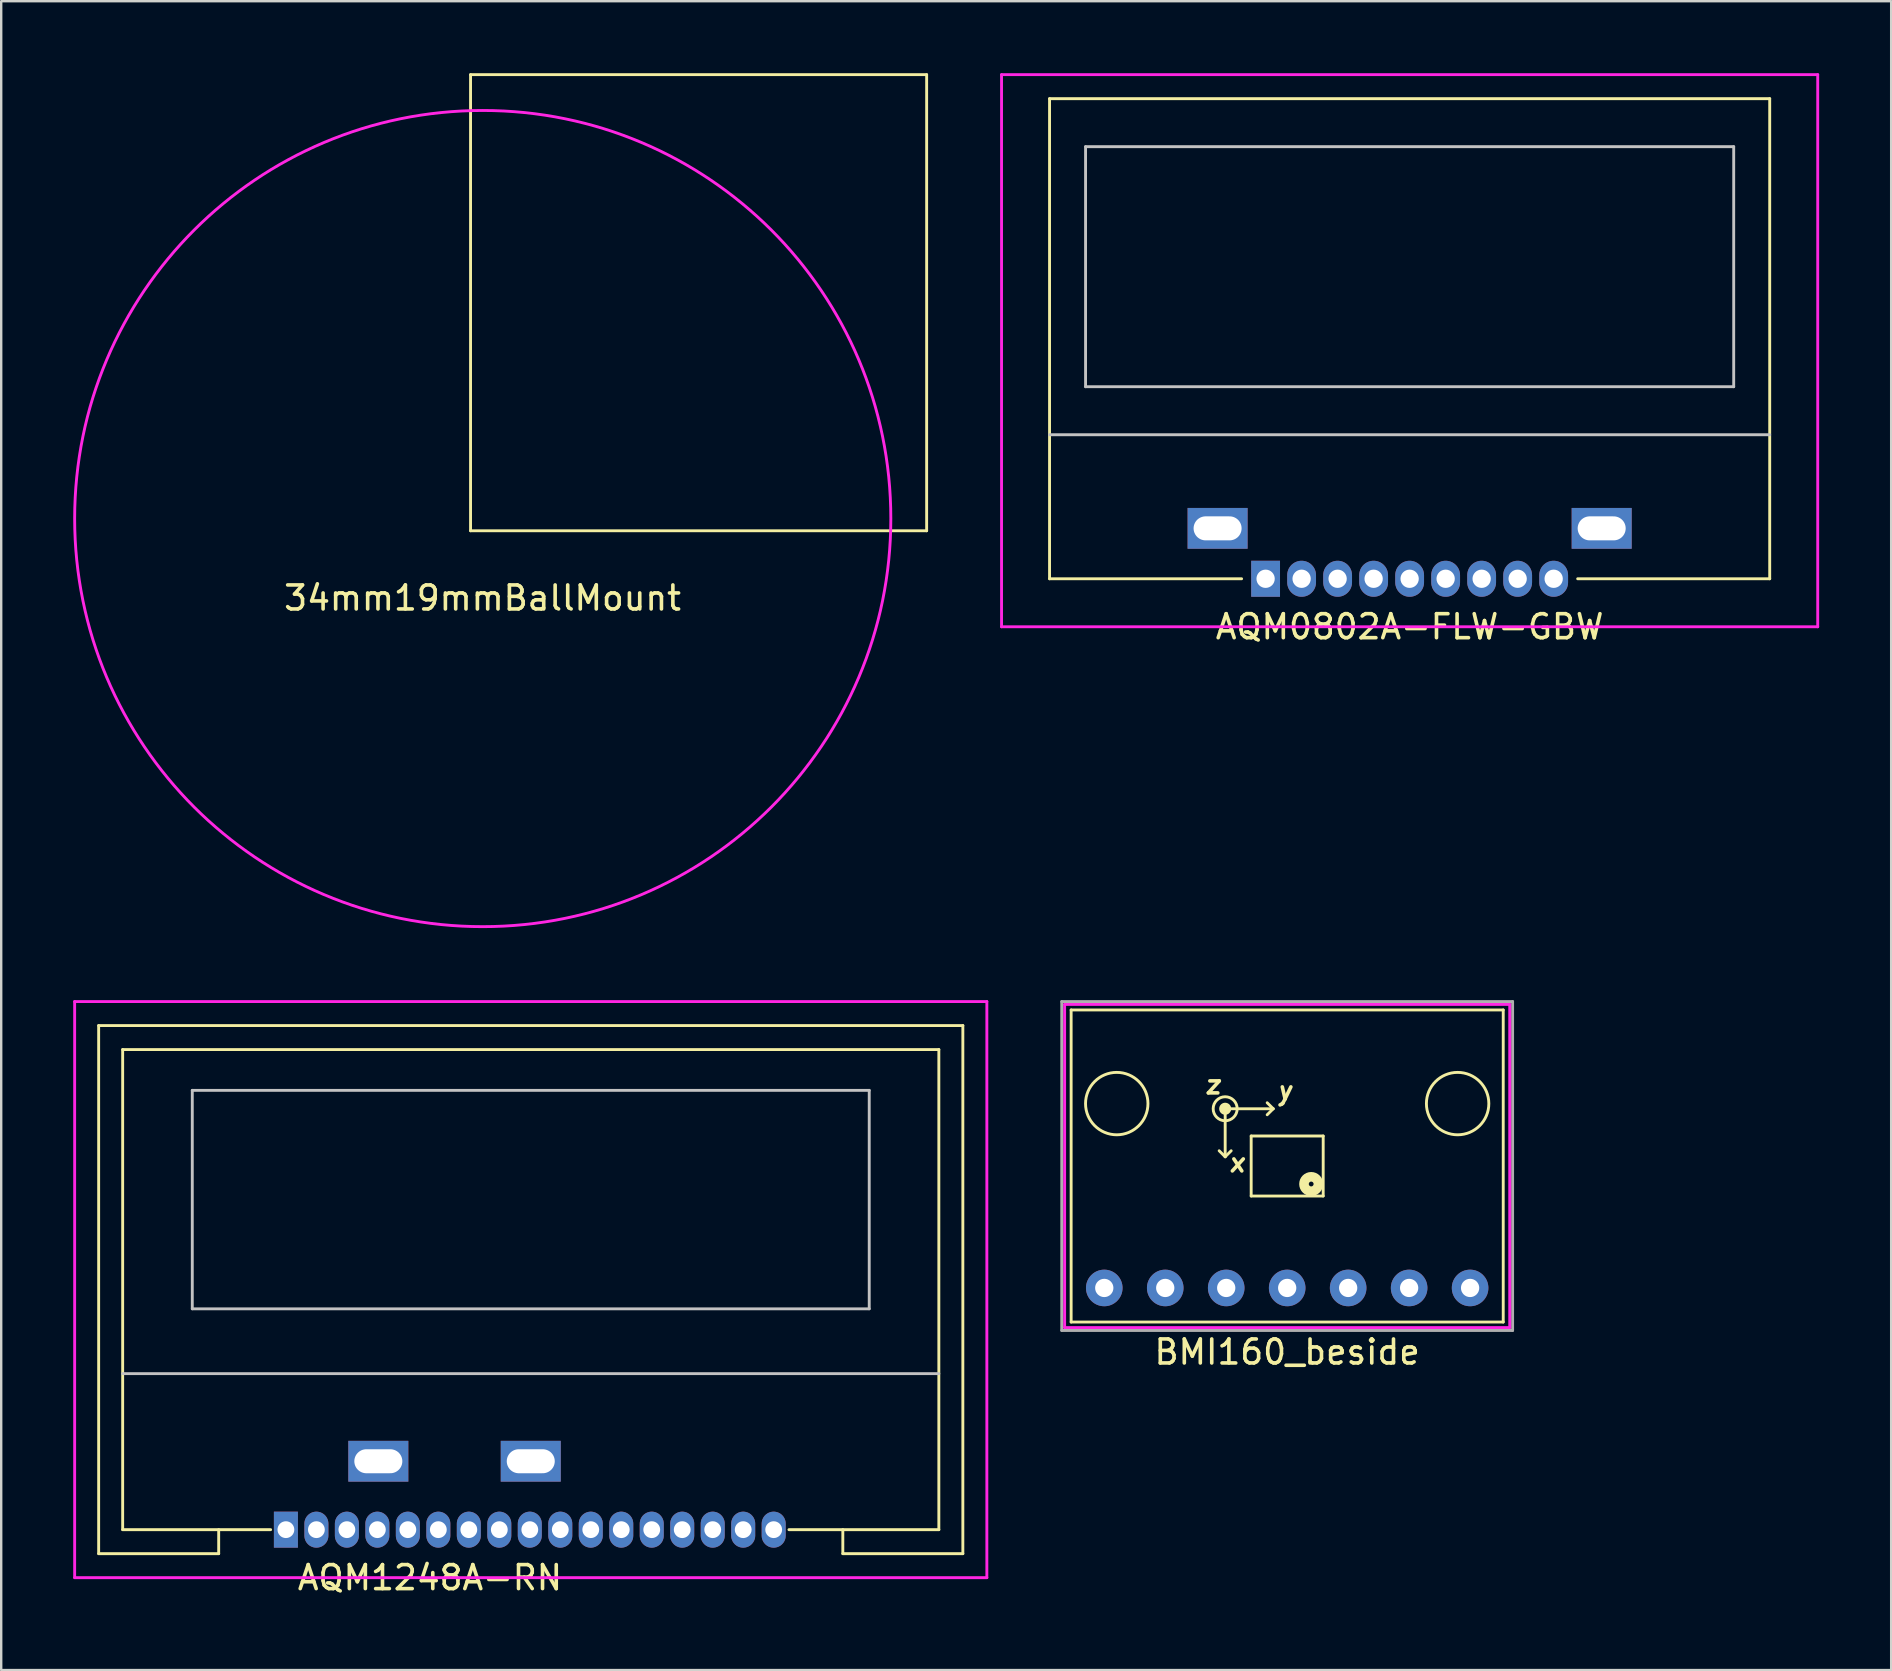
<source format=kicad_pcb>
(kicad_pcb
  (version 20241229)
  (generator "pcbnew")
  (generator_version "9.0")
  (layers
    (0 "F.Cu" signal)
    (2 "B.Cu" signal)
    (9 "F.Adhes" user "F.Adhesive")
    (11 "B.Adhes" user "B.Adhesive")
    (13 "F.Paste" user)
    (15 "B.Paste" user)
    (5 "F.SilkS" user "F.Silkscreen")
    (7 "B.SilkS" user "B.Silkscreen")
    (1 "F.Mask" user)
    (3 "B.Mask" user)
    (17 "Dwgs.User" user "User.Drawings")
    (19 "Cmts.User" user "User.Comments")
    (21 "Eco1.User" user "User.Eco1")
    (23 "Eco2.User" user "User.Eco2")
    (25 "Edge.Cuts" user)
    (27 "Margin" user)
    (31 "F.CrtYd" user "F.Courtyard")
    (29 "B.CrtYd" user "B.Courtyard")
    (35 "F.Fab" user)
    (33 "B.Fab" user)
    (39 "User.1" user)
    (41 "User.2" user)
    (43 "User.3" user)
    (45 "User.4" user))
  (footprint "AQM1248A-RN"
    (layer "F.Cu")
    (at 8.86 60.672)
    (property "Reference" "AQM1248A-RN" (at 6 2 180) (layer "F.SilkS") (effects (font (size 1 1) (thickness 0.15))))
    (attr through_hole)
    (fp_line (start -7.8 -21) (end -7.8 1) (stroke (width 0.12) (type solid)) (layer "F.SilkS"))
    (fp_line (start -7.8 1) (end -2.8 1) (stroke (width 0.12) (type solid)) (layer "F.SilkS"))
    (fp_line (start -6.8 -20) (end -6.8 0) (stroke (width 0.12) (type solid)) (layer "F.SilkS"))
    (fp_line (start -6.8 0) (end -0.635 0) (stroke (width 0.12) (type solid)) (layer "F.SilkS"))
    (fp_line (start -2.8 0) (end -2.8 1) (stroke (width 0.12) (type solid)) (layer "F.SilkS"))
    (fp_line (start 20.955 0) (end 27.2 0) (stroke (width 0.12) (type solid)) (layer "F.SilkS"))
    (fp_line (start 23.2 1) (end 23.2 0) (stroke (width 0.12) (type solid)) (layer "F.SilkS"))
    (fp_line (start 27.2 -20) (end -6.8 -20) (stroke (width 0.12) (type solid)) (layer "F.SilkS"))
    (fp_line (start 27.2 0) (end 27.2 -20) (stroke (width 0.12) (type solid)) (layer "F.SilkS"))
    (fp_line (start 28.2 -21) (end -7.8 -21) (stroke (width 0.12) (type solid)) (layer "F.SilkS"))
    (fp_line (start 28.2 1) (end 23.2 1) (stroke (width 0.12) (type solid)) (layer "F.SilkS"))
    (fp_line (start 28.2 1) (end 28.2 -21) (stroke (width 0.12) (type solid)) (layer "F.SilkS"))
    (fp_line (start -6.8 -6.5) (end 27.2 -6.5) (stroke (width 0.12) (type solid)) (layer "Dwgs.User"))
    (fp_line (start -3.9 -18.3) (end 24.3 -18.3) (stroke (width 0.12) (type solid)) (layer "Dwgs.User"))
    (fp_line (start -3.9 -9.2) (end -3.9 -18.3) (stroke (width 0.12) (type solid)) (layer "Dwgs.User"))
    (fp_line (start 24.3 -18.3) (end 24.3 -9.2) (stroke (width 0.12) (type solid)) (layer "Dwgs.User"))
    (fp_line (start 24.3 -9.2) (end -3.9 -9.2) (stroke (width 0.12) (type solid)) (layer "Dwgs.User"))
    (fp_line (start -8.8 -22) (end -8.8 2) (stroke (width 0.12) (type solid)) (layer "F.CrtYd"))
    (fp_line (start -8.8 2) (end 29.2 2) (stroke (width 0.12) (type solid)) (layer "F.CrtYd"))
    (fp_line (start 29.2 -22) (end -8.8 -22) (stroke (width 0.12) (type solid)) (layer "F.CrtYd"))
    (fp_line (start 29.2 2) (end 29.2 -22) (stroke (width 0.12) (type solid)) (layer "F.CrtYd"))
    (pad "1" thru_hole trapezoid (at 0 0) (size 1 1.5) (drill 0.7) (layers "*.Cu" "*.Mask"))
    (pad "2" thru_hole oval (at 1.27 0) (size 1 1.5) (drill 0.7) (layers "*.Cu" "*.Mask"))
    (pad "3" thru_hole oval (at 2.54 0) (size 1 1.5) (drill 0.7) (layers "*.Cu" "*.Mask"))
    (pad "4" thru_hole oval (at 3.81 0) (size 1 1.5) (drill 0.7) (layers "*.Cu" "*.Mask"))
    (pad "5" thru_hole oval (at 5.08 0) (size 1 1.5) (drill 0.7) (layers "*.Cu" "*.Mask"))
    (pad "6" thru_hole oval (at 6.35 0) (size 1 1.5) (drill 0.7) (layers "*.Cu" "*.Mask"))
    (pad "7" thru_hole oval (at 7.62 0) (size 1 1.5) (drill 0.7) (layers "*.Cu" "*.Mask"))
    (pad "8" thru_hole oval (at 8.89 0) (size 1 1.5) (drill 0.7) (layers "*.Cu" "*.Mask"))
    (pad "9" thru_hole oval (at 10.16 0) (size 1 1.5) (drill 0.7) (layers "*.Cu" "*.Mask"))
    (pad "10" thru_hole oval (at 11.43 0) (size 1 1.5) (drill 0.7) (layers "*.Cu" "*.Mask"))
    (pad "11" thru_hole oval (at 12.7 0) (size 1 1.5) (drill 0.7) (layers "*.Cu" "*.Mask"))
    (pad "12" thru_hole oval (at 13.97 0) (size 1 1.5) (drill 0.7) (layers "*.Cu" "*.Mask"))
    (pad "13" thru_hole oval (at 15.24 0) (size 1 1.5) (drill 0.7) (layers "*.Cu" "*.Mask"))
    (pad "14" thru_hole oval (at 16.51 0) (size 1 1.5) (drill 0.7) (layers "*.Cu" "*.Mask"))
    (pad "15" thru_hole oval (at 17.78 0) (size 1 1.5) (drill 0.7) (layers "*.Cu" "*.Mask"))
    (pad "16" thru_hole oval (at 19.05 0) (size 1 1.5) (drill 0.7) (layers "*.Cu" "*.Mask"))
    (pad "17" thru_hole oval (at 20.32 0) (size 1 1.5) (drill 0.7) (layers "*.Cu" "*.Mask"))
    (pad "18" thru_hole rect (at 3.85 -2.85) (size 2.5 1.7) (drill oval 2 1) (layers "*.Cu" "*.Mask"))
    (pad "19" thru_hole rect (at 10.2 -2.85) (size 2.5 1.7) (drill oval 2 1) (layers "*.Cu" "*.Mask")))
  (footprint "34mm19mmBallMount"
    (layer "F.Cu")
    (at 26.052 9.56)
    (property "Reference" "34mm19mmBallMount" (at -9 12.302 0) (layer "F.SilkS") (effects (font (size 1 1) (thickness 0.15))))
    (attr through_hole)
    (fp_line (start -9.5 -9.5) (end -9.5 9.5) (stroke (width 0.12) (type solid)) (layer "F.SilkS"))
    (fp_line (start -9.5 9.5) (end 9.5 9.5) (stroke (width 0.12) (type solid)) (layer "F.SilkS"))
    (fp_line (start 9.5 -9.5) (end -9.5 -9.5) (stroke (width 0.12) (type solid)) (layer "F.SilkS"))
    (fp_line (start 9.5 9.5) (end 9.5 -9.5) (stroke (width 0.12) (type solid)) (layer "F.SilkS"))
    (fp_circle (center -8.992 8.992) (end 8.008 8.992) (stroke (width 0.12) (type solid)) (fill no) (layer "F.CrtYd")))
  (footprint "BMI160_beside"
    (layer "F.Cu")
    (at 50.571 45.523)
    (property "Reference" "BMI160_beside" (at 0 7.75 0) (layer "F.SilkS") (effects (font (size 1 1) (thickness 0.15))))
    (attr through_hole)
    (fp_line (start -9 -6.5) (end -9 6.5) (stroke (width 0.12) (type solid)) (layer "F.SilkS"))
    (fp_line (start -9 6.5) (end 9 6.5) (stroke (width 0.12) (type solid)) (layer "F.SilkS"))
    (fp_line (start -2.833 -0.635) (end -2.583 -0.385) (stroke (width 0.12) (type solid)) (layer "F.SilkS"))
    (fp_line (start -2.583 -2.385) (end -2.583 -2.386) (stroke (width 0.5) (type solid)) (layer "F.SilkS"))
    (fp_line (start -2.583 -2.385) (end -2.583 -0.385) (stroke (width 0.12) (type solid)) (layer "F.SilkS"))
    (fp_line (start -2.583 -2.385) (end -0.583 -2.385) (stroke (width 0.12) (type solid)) (layer "F.SilkS"))
    (fp_line (start -2.583 -0.385) (end -2.333 -0.635) (stroke (width 0.12) (type solid)) (layer "F.SilkS"))
    (fp_line (start -1.5 -1.25) (end -1.5 1.25) (stroke (width 0.12) (type solid)) (layer "F.SilkS"))
    (fp_line (start -1.5 1.25) (end 1.5 1.25) (stroke (width 0.12) (type solid)) (layer "F.SilkS"))
    (fp_line (start -0.833 -2.135) (end -0.583 -2.385) (stroke (width 0.12) (type solid)) (layer "F.SilkS"))
    (fp_line (start -0.583 -2.385) (end -0.833 -2.635) (stroke (width 0.12) (type solid)) (layer "F.SilkS"))
    (fp_line (start 1.5 -1.25) (end -1.5 -1.25) (stroke (width 0.12) (type solid)) (layer "F.SilkS"))
    (fp_line (start 1.5 1.25) (end 1.5 -1.25) (stroke (width 0.12) (type solid)) (layer "F.SilkS"))
    (fp_line (start 9 -6.5) (end -9 -6.5) (stroke (width 0.12) (type solid)) (layer "F.SilkS"))
    (fp_line (start 9 6.5) (end 9 -6.5) (stroke (width 0.12) (type solid)) (layer "F.SilkS"))
    (fp_circle (center -7.1 -2.6) (end -5.8 -2.6) (stroke (width 0.12) (type solid)) (fill no) (layer "F.SilkS"))
    (fp_circle (center -2.583 -2.385) (end -2.083 -2.385) (stroke (width 0.12) (type solid)) (fill no) (layer "F.SilkS"))
    (fp_circle (center 1 0.75) (end 1.1 0.75) (stroke (width 0.4) (type solid)) (fill no) (layer "F.SilkS"))
    (fp_circle (center 7.1 -2.6) (end 8.4 -2.6) (stroke (width 0.12) (type solid)) (fill no) (layer "F.SilkS"))
    (fp_line (start -9.271 -6.731) (end 9.271 -6.731) (stroke (width 0.12) (type solid)) (layer "F.CrtYd"))
    (fp_line (start -9.271 6.731) (end -9.271 -6.731) (stroke (width 0.12) (type solid)) (layer "F.CrtYd"))
    (fp_line (start 9.271 -6.731) (end 9.271 6.731) (stroke (width 0.12) (type solid)) (layer "F.CrtYd"))
    (fp_line (start 9.271 6.731) (end -9.271 6.731) (stroke (width 0.12) (type solid)) (layer "F.CrtYd"))
    (fp_line (start -9.391 6.851) (end -9.391 -6.851) (stroke (width 0.12) (type solid)) (layer "F.Fab"))
    (fp_line (start -9.391 6.851) (end 9.391 6.851) (stroke (width 0.12) (type solid)) (layer "F.Fab"))
    (fp_line (start 9.391 -6.851) (end -9.391 -6.851) (stroke (width 0.12) (type solid)) (layer "F.Fab"))
    (fp_line (start 9.391 -6.851) (end 9.391 6.851) (stroke (width 0.12) (type solid)) (layer "F.Fab"))
    (fp_text user "x" (at -2.083 -0.135 0) (layer "F.SilkS") (effects (font (size 0.75 0.75) (thickness 0.15) (italic yes))))
    (fp_text user "z" (at -3.083 -3.385 0) (layer "F.SilkS") (effects (font (size 0.75 0.75) (thickness 0.15) (italic yes))))
    (fp_text user "y" (at -0.083 -3.135 0) (layer "F.SilkS") (effects (font (size 0.75 0.75) (thickness 0.15) (italic yes))))
    (pad "1" thru_hole circle (at -7.62 5.08) (size 1.524 1.524) (drill 0.762) (layers "*.Cu" "*.Mask"))
    (pad "2" thru_hole circle (at -5.08 5.08) (size 1.524 1.524) (drill 0.762) (layers "*.Cu" "*.Mask"))
    (pad "3" thru_hole circle (at -2.54 5.08) (size 1.524 1.524) (drill 0.762) (layers "*.Cu" "*.Mask"))
    (pad "4" thru_hole circle (at 0 5.08) (size 1.524 1.524) (drill 0.762) (layers "*.Cu" "*.Mask"))
    (pad "5" thru_hole circle (at 2.54 5.08) (size 1.524 1.524) (drill 0.762) (layers "*.Cu" "*.Mask"))
    (pad "6" thru_hole circle (at 5.08 5.08) (size 1.524 1.524) (drill 0.762) (layers "*.Cu" "*.Mask"))
    (pad "7" thru_hole circle (at 7.62 5.08) (size 1.524 1.524) (drill 0.762) (layers "*.Cu" "*.Mask")))
  (footprint "AQM0802A-FLW-GBW"
    (layer "F.Cu")
    (at 49.672 21.06)
    (property "Reference" "AQM0802A-FLW-GBW" (at 6 2 180) (layer "F.SilkS") (effects (font (size 1 1) (thickness 0.15))))
    (attr through_hole)
    (fp_line (start -9 -20) (end -9 0) (stroke (width 0.12) (type solid)) (layer "F.SilkS"))
    (fp_line (start -9 0) (end -1 0) (stroke (width 0.12) (type solid)) (layer "F.SilkS"))
    (fp_line (start 13 0) (end 21 0) (stroke (width 0.12) (type solid)) (layer "F.SilkS"))
    (fp_line (start 21 -20) (end -9 -20) (stroke (width 0.12) (type solid)) (layer "F.SilkS"))
    (fp_line (start 21 0) (end 21 -20) (stroke (width 0.12) (type solid)) (layer "F.SilkS"))
    (fp_line (start -9 -6) (end 21 -6) (stroke (width 0.12) (type solid)) (layer "Dwgs.User"))
    (fp_line (start -7.5 -18) (end 19.5 -18) (stroke (width 0.12) (type solid)) (layer "Dwgs.User"))
    (fp_line (start -7.5 -8) (end -7.5 -18) (stroke (width 0.12) (type solid)) (layer "Dwgs.User"))
    (fp_line (start 19.5 -18) (end 19.5 -8) (stroke (width 0.12) (type solid)) (layer "Dwgs.User"))
    (fp_line (start 19.5 -8) (end -7.5 -8) (stroke (width 0.12) (type solid)) (layer "Dwgs.User"))
    (fp_line (start -11 -21) (end -11 2) (stroke (width 0.12) (type solid)) (layer "F.CrtYd"))
    (fp_line (start -11 2) (end 23 2) (stroke (width 0.12) (type solid)) (layer "F.CrtYd"))
    (fp_line (start 23 -21) (end -11 -21) (stroke (width 0.12) (type solid)) (layer "F.CrtYd"))
    (fp_line (start 23 2) (end 23 -21) (stroke (width 0.12) (type solid)) (layer "F.CrtYd"))
    (pad "1" thru_hole trapezoid (at 0 0) (size 1.2 1.5) (drill 0.762) (layers "*.Cu" "*.Mask"))
    (pad "2" thru_hole oval (at 1.5 0) (size 1.2 1.5) (drill 0.762) (layers "*.Cu" "*.Mask"))
    (pad "3" thru_hole oval (at 3 0) (size 1.2 1.5) (drill 0.762) (layers "*.Cu" "*.Mask"))
    (pad "4" thru_hole oval (at 4.5 0) (size 1.2 1.5) (drill 0.762) (layers "*.Cu" "*.Mask"))
    (pad "5" thru_hole oval (at 6 0) (size 1.2 1.5) (drill 0.762) (layers "*.Cu" "*.Mask"))
    (pad "6" thru_hole oval (at 7.5 0) (size 1.2 1.5) (drill 0.762) (layers "*.Cu" "*.Mask"))
    (pad "7" thru_hole oval (at 9 0) (size 1.2 1.5) (drill 0.762) (layers "*.Cu" "*.Mask"))
    (pad "8" thru_hole oval (at 10.5 0) (size 1.2 1.5) (drill 0.762) (layers "*.Cu" "*.Mask"))
    (pad "9" thru_hole oval (at 12 0) (size 1.2 1.5) (drill 0.762) (layers "*.Cu" "*.Mask"))
    (pad "10" thru_hole rect (at -2 -2.1) (size 2.5 1.7) (drill oval 2 1) (layers "*.Cu" "*.Mask"))
    (pad "11" thru_hole rect (at 14 -2.1) (size 2.5 1.7) (drill oval 2 1) (layers "*.Cu" "*.Mask")))
  (gr_rect
    (start -3 -3)
    (end 75.732 66.52)
    (stroke (width 0.1) (type default))
    (fill no)
    (layer "Edge.Cuts")))
</source>
